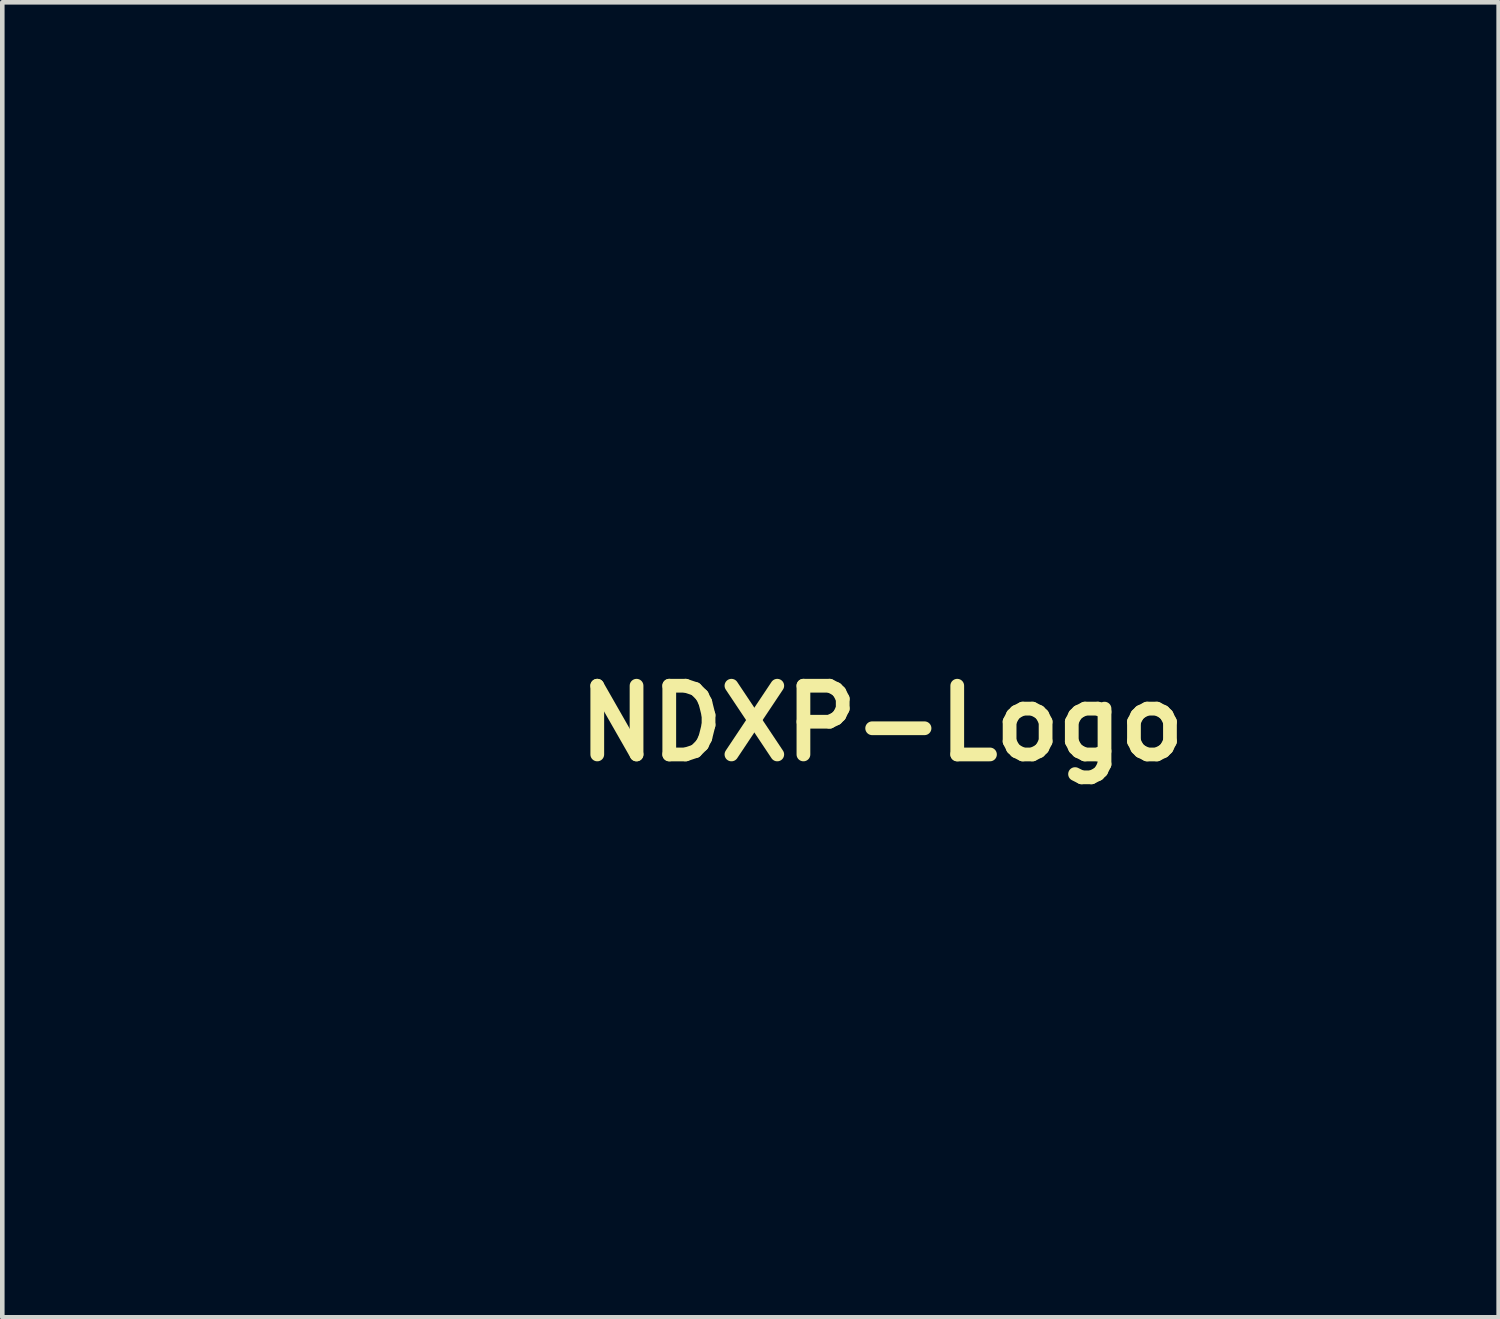
<source format=kicad_pcb>
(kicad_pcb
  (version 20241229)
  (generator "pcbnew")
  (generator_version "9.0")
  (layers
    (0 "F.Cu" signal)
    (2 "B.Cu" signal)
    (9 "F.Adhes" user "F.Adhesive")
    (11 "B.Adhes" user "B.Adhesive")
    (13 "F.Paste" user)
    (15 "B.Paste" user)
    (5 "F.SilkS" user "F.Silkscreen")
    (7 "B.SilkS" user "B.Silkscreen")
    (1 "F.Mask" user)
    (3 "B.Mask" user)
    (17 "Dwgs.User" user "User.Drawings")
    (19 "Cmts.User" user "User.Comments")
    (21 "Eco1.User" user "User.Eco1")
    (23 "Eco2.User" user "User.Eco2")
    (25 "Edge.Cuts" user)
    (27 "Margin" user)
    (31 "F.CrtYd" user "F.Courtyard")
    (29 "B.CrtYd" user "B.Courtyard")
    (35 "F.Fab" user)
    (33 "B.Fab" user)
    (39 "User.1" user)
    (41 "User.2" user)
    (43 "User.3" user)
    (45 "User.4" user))
  (footprint "NDXP-Logo"
    (layer "F.Cu")
    (at 16.201 12.739)
    (property "Reference" "NDXP-Logo" (at 0 0 0) (layer "F.SilkS") (effects (font (size 1.5 1.5) (thickness 0.3))))
    (attr board_only exclude_from_pos_files exclude_from_bom)
    (fp_poly (pts (xy -9.979 5.5) (xy -9.993 5.514) (xy -10.007 5.5) (xy -9.993 5.485)) (stroke (width 0) (type solid)) (fill yes) (layer "F.Mask"))
    (fp_poly (pts (xy 2.93 -6.121) (xy 3.06 -5.969) (xy 3.156 -5.853) (xy 3.222 -5.766) (xy 3.263 -5.701) (xy 3.284 -5.653) (xy 3.288 -5.622) (xy 3.312 -5.534) (xy 3.373 -5.462) (xy 3.428 -5.405) (xy 3.453 -5.343) (xy 3.458 -5.252) (xy 3.454 -5.174) (xy 3.444 -5.125) (xy 3.436 -5.117) (xy 3.405 -5.129) (xy 3.331 -5.162) (xy 3.223 -5.212) (xy 3.09 -5.276) (xy 2.952 -5.344) (xy 2.49 -5.57) (xy 1.475 -5.57) (xy 0.461 -5.57) (xy -0.027 -5.344) (xy -0.179 -5.273) (xy -0.314 -5.211) (xy -0.422 -5.162) (xy -0.495 -5.129) (xy -0.526 -5.117) (xy -0.526 -5.117) (xy -0.534 -5.142) (xy -0.538 -5.207) (xy -0.539 -5.247) (xy -0.532 -5.339) (xy -0.505 -5.398) (xy -0.468 -5.434) (xy -0.424 -5.478) (xy -0.403 -5.535) (xy -0.397 -5.626) (xy -0.397 -5.636) (xy -0.397 -5.782) (xy -0.022 -6.158) (xy 0.354 -6.534) (xy 1.462 -6.534) (xy 2.571 -6.534)) (stroke (width 0) (type solid)) (fill yes) (layer "F.Mask"))
    (fp_poly (pts (xy 1.46 -5.429) (xy 2.452 -5.428) (xy 2.92 -5.208) (xy 3.072 -5.137) (xy 3.207 -5.072) (xy 3.316 -5.019) (xy 3.392 -4.982) (xy 3.423 -4.966) (xy 3.436 -4.942) (xy 3.445 -4.886) (xy 3.452 -4.792) (xy 3.456 -4.655) (xy 3.458 -4.469) (xy 3.458 -4.351) (xy 3.458 -3.758) (xy 3.806 -3.58) (xy 4.153 -3.402) (xy 4.153 -2.979) (xy 4.153 -2.555) (xy 3.926 -2.426) (xy 3.818 -2.362) (xy 3.75 -2.315) (xy 3.712 -2.275) (xy 3.695 -2.234) (xy 3.691 -2.204) (xy 3.679 -2.141) (xy 3.664 -2.113) (xy 3.662 -2.112) (xy 3.628 -2.117) (xy 3.55 -2.13) (xy 3.441 -2.149) (xy 3.331 -2.169) (xy 3.144 -2.2) (xy 2.957 -2.225) (xy 2.761 -2.245) (xy 2.551 -2.26) (xy 2.318 -2.27) (xy 2.056 -2.276) (xy 1.758 -2.278) (xy 1.416 -2.276) (xy 1.091 -2.272) (xy 0.795 -2.267) (xy 0.548 -2.262) (xy 0.346 -2.257) (xy 0.18 -2.251) (xy 0.045 -2.244) (xy -0.066 -2.236) (xy -0.159 -2.226) (xy -0.241 -2.213) (xy -0.312 -2.2) (xy -0.438 -2.173) (xy -0.551 -2.146) (xy -0.634 -2.123) (xy -0.659 -2.115) (xy -0.714 -2.098) (xy -0.734 -2.116) (xy -0.737 -2.163) (xy -0.746 -2.208) (xy -0.778 -2.256) (xy -0.841 -2.317) (xy -0.936 -2.392) (xy -1.135 -2.544) (xy -1.128 -2.926) (xy -1.12 -3.309) (xy -0.836 -3.473) (xy -0.553 -3.637) (xy -0.545 -4.299) (xy -0.537 -4.961) (xy -0.034 -5.195) (xy 0.468 -5.429)) (stroke (width 0) (type solid)) (fill yes) (layer "F.Mask"))
    (fp_poly (pts (xy -10.076 5.53) (xy -10.106 5.558) (xy -10.177 5.606) (xy -10.191 5.614) (xy -10.365 5.735) (xy -10.514 5.869) (xy -10.627 6.007) (xy -10.683 6.106) (xy -10.722 6.231) (xy -10.756 6.401) (xy -10.783 6.605) (xy -10.802 6.834) (xy -10.811 7.074) (xy -10.811 7.101) (xy -10.807 7.306) (xy -10.789 7.501) (xy -10.754 7.7) (xy -10.7 7.919) (xy -10.624 8.171) (xy -10.608 8.219) (xy -10.559 8.365) (xy -10.517 8.469) (xy -10.474 8.546) (xy -10.425 8.611) (xy -10.387 8.65) (xy -10.225 8.78) (xy -10.014 8.896) (xy -9.823 8.974) (xy -9.753 9.001) (xy -9.719 9.019) (xy -9.723 9.023) (xy -9.766 9.02) (xy -9.854 9.015) (xy -9.975 9.009) (xy -10.118 9.001) (xy -10.163 8.998) (xy -10.489 8.969) (xy -10.765 8.921) (xy -10.829 8.906) (xy -11.015 8.849) (xy -11.226 8.769) (xy -11.44 8.677) (xy -11.638 8.579) (xy -11.797 8.488) (xy -11.929 8.403) (xy -12.208 8.463) (xy -12.37 8.49) (xy -12.576 8.512) (xy -12.811 8.529) (xy -13.063 8.54) (xy -13.318 8.545) (xy -13.563 8.543) (xy -13.785 8.534) (xy -13.949 8.521) (xy -14.5 8.432) (xy -15.042 8.295) (xy -15.565 8.112) (xy -15.889 7.97) (xy -16.201 7.821) (xy -15.988 7.663) (xy -15.516 7.349) (xy -15.014 7.081) (xy -14.487 6.861) (xy -13.941 6.691) (xy -13.38 6.573) (xy -12.81 6.507) (xy -12.485 6.495) (xy -12.085 6.49) (xy -11.951 6.372) (xy -11.839 6.281) (xy -11.698 6.176) (xy -11.542 6.067) (xy -11.388 5.967) (xy -11.253 5.885) (xy -11.183 5.847) (xy -11.01 5.772) (xy -10.796 5.699) (xy -10.536 5.627) (xy -10.226 5.554) (xy -10.092 5.526)) (stroke (width 0) (type solid)) (fill yes) (layer "F.Mask"))
    (fp_poly (pts (xy 1.497 -12.706) (xy 1.549 -12.674) (xy 1.629 -12.615) (xy 1.683 -12.558) (xy 1.717 -12.489) (xy 1.736 -12.396) (xy 1.744 -12.268) (xy 1.745 -12.161) (xy 1.747 -11.85) (xy 1.83 -11.825) (xy 1.926 -11.792) (xy 1.991 -11.751) (xy 2.049 -11.686) (xy 2.076 -11.648) (xy 2.133 -11.552) (xy 2.202 -11.414) (xy 2.276 -11.245) (xy 2.353 -11.058) (xy 2.427 -10.864) (xy 2.493 -10.676) (xy 2.546 -10.505) (xy 2.583 -10.364) (xy 2.583 -10.361) (xy 2.621 -10.122) (xy 2.644 -9.844) (xy 2.65 -9.546) (xy 2.641 -9.243) (xy 2.616 -8.951) (xy 2.584 -8.734) (xy 2.529 -8.456) (xy 2.467 -8.181) (xy 2.401 -7.92) (xy 2.333 -7.685) (xy 2.268 -7.488) (xy 2.228 -7.386) (xy 2.183 -7.278) (xy 2.148 -7.19) (xy 2.129 -7.135) (xy 2.126 -7.123) (xy 2.15 -7.106) (xy 2.193 -7.101) (xy 2.287 -7.075) (xy 2.378 -7.001) (xy 2.458 -6.888) (xy 2.518 -6.747) (xy 2.525 -6.727) (xy 2.547 -6.648) (xy 1.444 -6.648) (xy 1.163 -6.648) (xy 0.934 -6.649) (xy 0.751 -6.65) (xy 0.609 -6.652) (xy 0.504 -6.656) (xy 0.43 -6.661) (xy 0.381 -6.667) (xy 0.354 -6.675) (xy 0.342 -6.685) (xy 0.34 -6.693) (xy 0.362 -6.782) (xy 0.417 -6.879) (xy 0.49 -6.958) (xy 0.511 -6.974) (xy 0.547 -6.997) (xy 0.57 -7.019) (xy 0.579 -7.047) (xy 0.573 -7.092) (xy 0.55 -7.161) (xy 0.508 -7.265) (xy 0.448 -7.413) (xy 0.446 -7.417) (xy 0.411 -7.504) (xy 0.38 -7.584) (xy 0.352 -7.664) (xy 0.325 -7.752) (xy 0.297 -7.853) (xy 0.265 -7.977) (xy 0.23 -8.128) (xy 0.187 -8.315) (xy 0.136 -8.544) (xy 0.082 -8.788) (xy 0.009 -9.161) (xy -0.037 -9.487) (xy -0.055 -9.764) (xy -0.045 -9.993) (xy -0.018 -10.134) (xy 0.002 -10.222) (xy 0.012 -10.288) (xy 0.01 -10.311) (xy -0.023 -10.321) (xy -0.097 -10.329) (xy -0.2 -10.333) (xy -0.227 -10.333) (xy -0.342 -10.335) (xy -0.413 -10.341) (xy -0.454 -10.357) (xy -0.478 -10.384) (xy -0.484 -10.394) (xy -0.506 -10.492) (xy -0.486 -10.617) (xy -0.425 -10.759) (xy -0.388 -10.822) (xy -0.314 -10.922) (xy -0.235 -10.989) (xy -0.141 -11.026) (xy -0.021 -11.036) (xy 0.135 -11.021) (xy 0.276 -10.996) (xy 0.369 -10.978) (xy 0.369 -11.139) (xy 0.386 -11.3) (xy 0.424 -11.407) (xy 0.477 -11.486) (xy 0.56 -11.58) (xy 0.657 -11.676) (xy 0.753 -11.758) (xy 0.832 -11.81) (xy 0.839 -11.813) (xy 0.869 -11.833) (xy 0.886 -11.867) (xy 0.894 -11.927) (xy 0.896 -12.028) (xy 0.895 -12.058) (xy 0.913 -12.265) (xy 0.974 -12.437) (xy 1.08 -12.581) (xy 1.159 -12.65) (xy 1.278 -12.721) (xy 1.387 -12.739)) (stroke (width 0) (type solid)) (fill yes) (layer "F.Mask"))
    (fp_poly (pts (xy 2.811 -1.821) (xy 2.916 -1.644) (xy 3.034 -1.434) (xy 3.158 -1.204) (xy 3.281 -0.968) (xy 3.395 -0.742) (xy 3.494 -0.538) (xy 3.557 -0.397) (xy 3.758 0.101) (xy 3.948 0.644) (xy 4.125 1.222) (xy 4.287 1.823) (xy 4.431 2.436) (xy 4.554 3.051) (xy 4.654 3.656) (xy 4.727 4.241) (xy 4.759 4.586) (xy 4.77 4.712) (xy 4.781 4.816) (xy 4.792 4.885) (xy 4.799 4.908) (xy 4.836 4.915) (xy 4.904 4.909) (xy 4.917 4.906) (xy 4.984 4.888) (xy 5.012 4.855) (xy 5.018 4.789) (xy 5.012 4.657) (xy 4.997 4.478) (xy 4.973 4.261) (xy 4.941 4.015) (xy 4.904 3.75) (xy 4.862 3.473) (xy 4.816 3.195) (xy 4.769 2.923) (xy 4.72 2.666) (xy 4.711 2.619) (xy 8.306 2.619) (xy 8.318 2.651) (xy 8.35 2.725) (xy 8.398 2.832) (xy 8.458 2.962) (xy 8.5 3.05) (xy 8.578 3.216) (xy 8.657 3.39) (xy 8.73 3.553) (xy 8.79 3.688) (xy 8.803 3.721) (xy 8.85 3.831) (xy 8.889 3.918) (xy 8.914 3.972) (xy 8.921 3.983) (xy 8.949 3.973) (xy 9.016 3.948) (xy 9.112 3.911) (xy 9.149 3.896) (xy 9.342 3.812) (xy 9.517 3.72) (xy 9.667 3.626) (xy 9.784 3.533) (xy 9.862 3.449) (xy 9.893 3.376) (xy 9.894 3.368) (xy 9.868 3.309) (xy 9.794 3.236) (xy 9.679 3.153) (xy 9.527 3.064) (xy 9.461 3.03) (xy 9.365 2.985) (xy 9.242 2.933) (xy 9.099 2.877) (xy 8.945 2.818) (xy 8.79 2.762) (xy 8.643 2.711) (xy 8.512 2.668) (xy 8.406 2.636) (xy 8.335 2.618) (xy 8.306 2.618) (xy 8.306 2.619) (xy 4.711 2.619) (xy 4.673 2.435) (xy 4.664 2.395) (xy 4.589 2.08) (xy 4.5 1.74) (xy 4.401 1.384) (xy 4.294 1.025) (xy 4.183 0.673) (xy 4.071 0.339) (xy 3.962 0.035) (xy 3.859 -0.23) (xy 3.819 -0.326) (xy 3.756 -0.466) (xy 3.676 -0.633) (xy 3.585 -0.817) (xy 3.487 -1.009) (xy 3.388 -1.199) (xy 3.292 -1.378) (xy 3.205 -1.534) (xy 3.132 -1.66) (xy 3.078 -1.744) (xy 3.076 -1.747) (xy 3.006 -1.85) (xy 2.947 -1.948) (xy 2.906 -2.026) (xy 2.892 -2.072) (xy 2.917 -2.083) (xy 2.988 -2.082) (xy 3.091 -2.072) (xy 3.218 -2.054) (xy 3.356 -2.029) (xy 3.494 -1.999) (xy 3.555 -1.984) (xy 3.712 -1.938) (xy 3.871 -1.88) (xy 4.04 -1.805) (xy 4.228 -1.709) (xy 4.446 -1.587) (xy 4.665 -1.458) (xy 4.976 -1.265) (xy 5.251 -1.081) (xy 5.502 -0.894) (xy 5.739 -0.695) (xy 5.976 -0.476) (xy 6.224 -0.226) (xy 6.424 -0.011) (xy 6.731 0.329) (xy 6.999 0.639) (xy 7.235 0.927) (xy 7.444 1.2) (xy 7.631 1.465) (xy 7.802 1.73) (xy 7.963 2.001) (xy 7.964 2.002) (xy 8.087 2.218) (xy 8.444 2.311) (xy 8.863 2.426) (xy 9.226 2.542) (xy 9.533 2.658) (xy 9.784 2.775) (xy 9.98 2.892) (xy 10.075 2.966) (xy 10.194 3.09) (xy 10.263 3.216) (xy 10.29 3.355) (xy 10.29 3.383) (xy 10.27 3.533) (xy 10.207 3.676) (xy 10.099 3.815) (xy 9.944 3.952) (xy 9.737 4.09) (xy 9.478 4.232) (xy 9.417 4.262) (xy 9.301 4.32) (xy 9.202 4.369) (xy 9.133 4.404) (xy 9.107 4.418) (xy 9.102 4.453) (xy 9.118 4.538) (xy 9.154 4.669) (xy 9.187 4.778) (xy 9.301 5.191) (xy 9.388 5.638) (xy 9.449 6.125) (xy 9.485 6.658) (xy 9.488 6.754) (xy 9.505 7.243) (xy 9.252 7.243) (xy 9 7.243) (xy 7.362 6.619) (xy 7.016 6.488) (xy 6.719 6.376) (xy 6.467 6.281) (xy 6.255 6.203) (xy 6.08 6.14) (xy 5.938 6.09) (xy 5.825 6.053) (xy 5.736 6.026) (xy 5.668 6.008) (xy 5.617 5.999) (xy 5.578 5.995) (xy 5.576 5.995) (xy 5.465 5.992) (xy 5.332 5.985) (xy 5.237 5.977) (xy 5.046 5.959) (xy 5.046 5.751) (xy 5.046 5.542) (xy 4.968 5.543) (xy 4.888 5.551) (xy 4.839 5.583) (xy 4.814 5.648) (xy 4.806 5.757) (xy 4.806 5.774) (xy 4.805 5.953) (xy 3.742 5.969) (xy 3.468 5.974) (xy 3.242 5.978) (xy 3.058 5.982) (xy 2.908 5.987) (xy 2.783 5.994) (xy 2.677 6.002) (xy 2.582 6.013) (xy 2.49 6.027) (xy 2.393 6.044) (xy 2.283 6.065) (xy 2.227 6.076) (xy 2.074 6.108) (xy 1.942 6.136) (xy 1.84 6.159) (xy 1.777 6.175) (xy 1.762 6.18) (xy 1.787 6.183) (xy 1.865 6.185) (xy 1.99 6.187) (xy 2.158 6.189) (xy 2.365 6.19) (xy 2.607 6.192) (xy 2.878 6.193) (xy 3.174 6.194) (xy 3.491 6.194) (xy 3.732 6.194) (xy 5.715 6.194) (xy 7.354 6.804) (xy 8.993 7.413) (xy 9.259 7.413) (xy 9.525 7.413) (xy 9.527 7.93) (xy 9.529 8.448) (xy 9.995 8.885) (xy 10.46 9.323) (xy 10.46 9.644) (xy 10.46 9.964) (xy 10.221 9.964) (xy 9.981 9.964) (xy 8.304 9.341) (xy 6.627 8.717) (xy 1.439 8.717) (xy -3.749 8.717) (xy -5.423 9.341) (xy -7.098 9.964) (xy -7.348 9.964) (xy -7.597 9.964) (xy -7.596 9.645) (xy -7.594 9.327) (xy -7.114 8.876) (xy -6.633 8.425) (xy -6.633 7.933) (xy -6.634 7.756) (xy -6.635 7.627) (xy -6.638 7.539) (xy -6.645 7.485) (xy -6.655 7.456) (xy -6.67 7.444) (xy -6.692 7.441) (xy -6.695 7.441) (xy -6.734 7.445) (xy -6.824 7.456) (xy -6.959 7.472) (xy -7.135 7.495) (xy -7.347 7.522) (xy -7.588 7.553) (xy -7.854 7.588) (xy -8.14 7.626) (xy -8.37 7.656) (xy -8.666 7.695) (xy -8.947 7.732) (xy -9.205 7.765) (xy -9.437 7.794) (xy -9.638 7.818) (xy -9.801 7.837) (xy -9.923 7.85) (xy -9.998 7.857) (xy -10.02 7.857) (xy -10.058 7.816) (xy -10.093 7.731) (xy -10.125 7.611) (xy -10.152 7.466) (xy -10.16 7.406) (xy -6.449 7.406) (xy -6.265 7.408) (xy -6.15 7.403) (xy -6.048 7.387) (xy -5.996 7.371) (xy -5.911 7.331) (xy -6.024 7.346) (xy -6.121 7.359) (xy -6.238 7.376) (xy -6.293 7.384) (xy -6.449 7.406) (xy -10.16 7.406) (xy -10.174 7.306) (xy -10.189 7.142) (xy -10.198 6.983) (xy -10.198 6.84) (xy -10.188 6.723) (xy -10.169 6.641) (xy -10.139 6.605) (xy -10.105 6.6) (xy -10.02 6.591) (xy -9.89 6.579) (xy -9.72 6.563) (xy -9.517 6.544) (xy -9.285 6.523) (xy -9.031 6.501) (xy -8.76 6.477) (xy -8.76 6.477) (xy -8.351 6.442) (xy -7.996 6.411) (xy -7.69 6.384) (xy -7.43 6.36) (xy -7.212 6.341) (xy -7.034 6.324) (xy -6.89 6.31) (xy -6.779 6.298) (xy -6.696 6.288) (xy -6.637 6.28) (xy -6.6 6.273) (xy -6.58 6.267) (xy -6.578 6.266) (xy -6.559 6.228) (xy -6.549 6.158) (xy -6.548 6.143) (xy -6.541 6.024) (xy -6.523 5.864) (xy -6.495 5.676) (xy -6.46 5.474) (xy -6.42 5.272) (xy -6.378 5.083) (xy -6.336 4.921) (xy -6.333 4.912) (xy -6.218 4.548) (xy -6.074 4.15) (xy -5.908 3.732) (xy -5.724 3.306) (xy -5.529 2.883) (xy -5.328 2.477) (xy -5.126 2.1) (xy -4.978 1.845) (xy -4.907 1.727) (xy -4.849 1.626) (xy -4.808 1.554) (xy -4.791 1.518) (xy -4.791 1.517) (xy -4.818 1.511) (xy -4.897 1.503) (xy -5.023 1.493) (xy -5.19 1.48) (xy -5.394 1.466) (xy -5.629 1.45) (xy -5.89 1.433) (xy -6.173 1.415) (xy -6.472 1.397) (xy -6.782 1.379) (xy -7.098 1.361) (xy -7.416 1.343) (xy -7.73 1.326) (xy -8.035 1.31) (xy -8.178 1.303) (xy -8.412 1.291) (xy -8.645 1.279) (xy -8.865 1.267) (xy -9.063 1.255) (xy -9.227 1.246) (xy -9.347 1.238) (xy -9.355 1.237) (xy -9.681 1.214) (xy -9.199 1.209) (xy -9.058 1.209) (xy -8.867 1.21) (xy -8.632 1.213) (xy -8.359 1.217) (xy -8.054 1.222) (xy -7.724 1.229) (xy -7.374 1.236) (xy -7.012 1.244) (xy -6.643 1.252) (xy -6.273 1.261) (xy -5.909 1.271) (xy -5.557 1.281) (xy -5.372 1.286) (xy -5.176 1.292) (xy -4.999 1.296) (xy -4.848 1.299) (xy -4.732 1.3) (xy -4.658 1.299) (xy -4.635 1.298) (xy -4.605 1.27) (xy -4.556 1.21) (xy -4.51 1.146) (xy -4.425 1.029) (xy -4.307 0.88) (xy -4.162 0.706) (xy -3.999 0.514) (xy -3.824 0.314) (xy -3.643 0.111) (xy -3.463 -0.085) (xy -3.292 -0.268) (xy -3.137 -0.429) (xy -3.003 -0.561) (xy -2.927 -0.632) (xy -2.654 -0.859) (xy -2.347 -1.084) (xy -1.998 -1.315) (xy -1.778 -1.451) (xy -1.516 -1.604) (xy -1.292 -1.728) (xy -1.096 -1.826) (xy -0.919 -1.902) (xy -0.754 -1.96) (xy -0.624 -1.996) (xy -0.485 -2.027) (xy -0.346 -2.052) (xy -0.217 -2.07) (xy -0.11 -2.08) (xy -0.034 -2.08) (xy -0.001 -2.069) (xy -0.000467 -2.066) (xy -0.014 -2.028) (xy -0.049 -1.963) (xy -0.064 -1.938) (xy -0.108 -1.866) (xy -0.171 -1.763) (xy -0.24 -1.65) (xy -0.263 -1.612) (xy -0.341 -1.477) (xy -0.436 -1.304) (xy -0.541 -1.106) (xy -0.649 -0.894) (xy -0.755 -0.683) (xy -0.85 -0.484) (xy -0.93 -0.312) (xy -0.974 -0.21) (xy -1.146 0.236) (xy -1.314 0.727) (xy -1.473 1.252) (xy -1.621 1.8) (xy -1.755 2.36) (xy -1.871 2.919) (xy -1.913 3.147) (xy -1.997 3.676) (xy -2.065 4.208) (xy -2.115 4.728) (xy -2.145 5.222) (xy -2.154 5.622) (xy -2.154 5.829) (xy -2.034 5.82) (xy -1.914 5.811) (xy -1.895 5.225) (xy -1.882 4.897) (xy -1.865 4.606) (xy -1.843 4.332) (xy -1.813 4.058) (xy -1.774 3.762) (xy -1.74 3.529) (xy -1.607 2.77) (xy -1.443 2.017) (xy -1.251 1.283) (xy -1.033 0.579) (xy -0.805 -0.052) (xy -0.722 -0.252) (xy -0.616 -0.488) (xy -0.494 -0.745) (xy -0.363 -1.01) (xy -0.229 -1.27) (xy -0.1 -1.511) (xy 0.019 -1.721) (xy 0.074 -1.811) (xy 0.241 -2.082) (xy 1.446 -2.083) (xy 2.651 -2.083)) (stroke (width 0) (type solid)) (fill yes) (layer "F.Mask")))
  (gr_rect
    (start -3 -3)
    (end 29.661 25.703)
    (stroke (width 0.1) (type default))
    (fill no)
    (layer "Edge.Cuts")))
</source>
